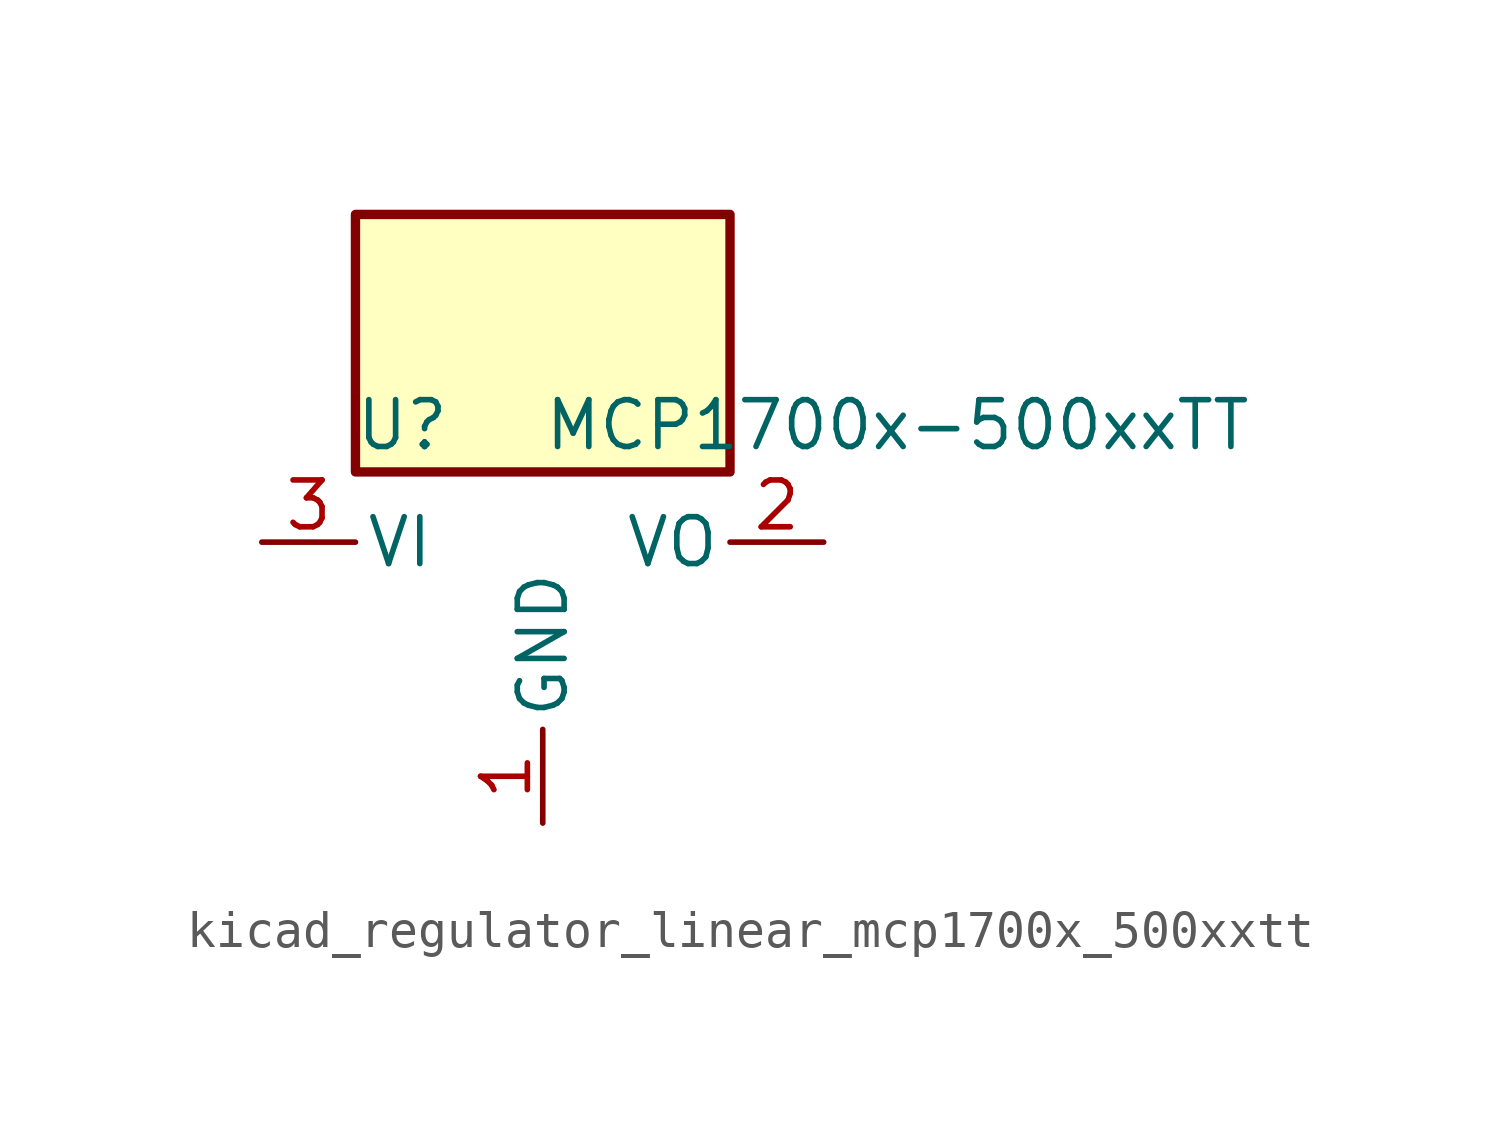
<source format=kicad_sym>
(kicad_symbol_lib
  (version 20220914)
  (generator kicad_symbol_editor)
  (symbol "kicad_regulator_linear_mcp1700x_500xxtt"
    (pin_names
      (offset 0.254))
    (property "Reference" "U"
      (at -3.81 3.175 0)
      (effects (font (size 1.27 1.27))))
    (property "Value" "MCP1700x-500xxTT"
      (at 0 3.175 0)
      (effects (font (size 1.27 1.27)) (justify left)))
    (symbol "kicad_regulator_linear_mcp1700x_500xxtt_0_1"
      (rectangle (start 5.08 8.89) (end -5.08 1.905) (stroke (width 0.254) (type default)) (fill (type background))))
    (symbol "kicad_regulator_linear_mcp1700x_500xxtt_1_1"
      (pin power_in line (at 0 -7.62 90) (length 2.54) (name "GND" (effects (font (size 1.27 1.27)))) (number "1" (effects (font (size 1.27 1.27)))))
      (pin power_out line (at 7.62 0 180) (length 2.54) (name "VO" (effects (font (size 1.27 1.27)))) (number "2" (effects (font (size 1.27 1.27)))))
      (pin power_in line (at -7.62 0 0) (length 2.54) (name "VI" (effects (font (size 1.27 1.27)))) (number "3" (effects (font (size 1.27 1.27))))))))
</source>
